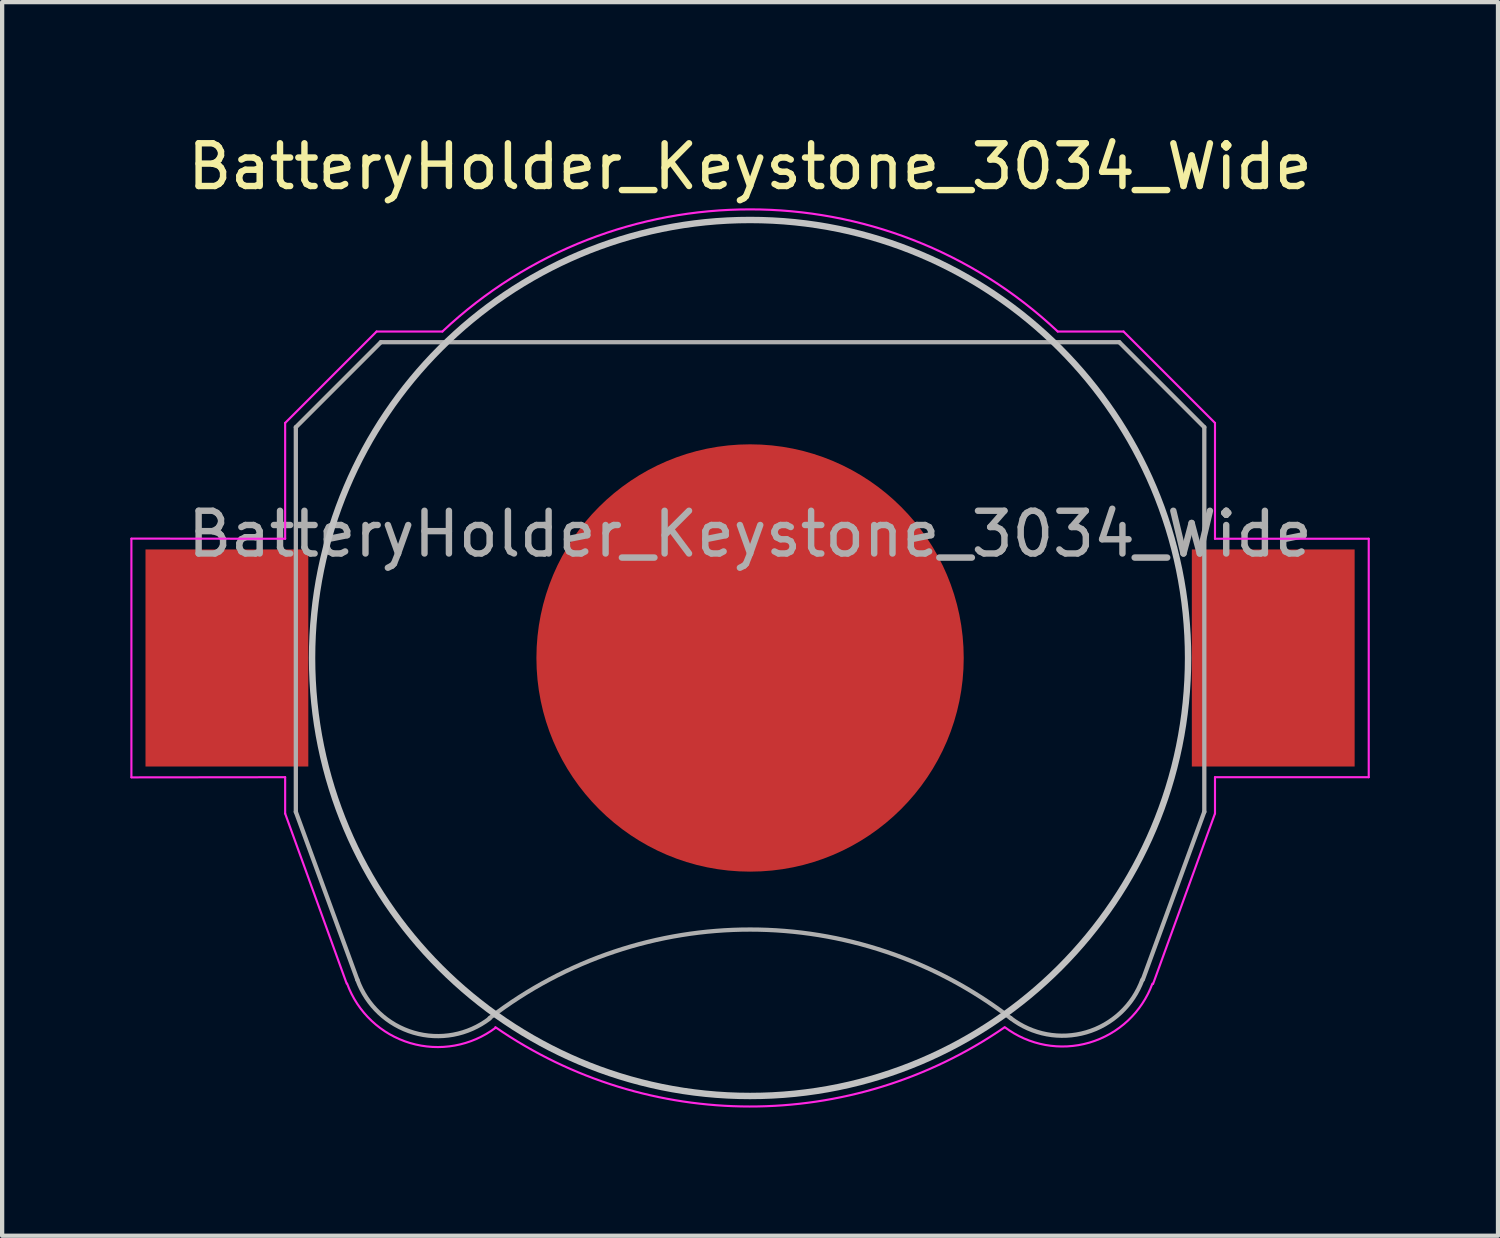
<source format=kicad_pcb>
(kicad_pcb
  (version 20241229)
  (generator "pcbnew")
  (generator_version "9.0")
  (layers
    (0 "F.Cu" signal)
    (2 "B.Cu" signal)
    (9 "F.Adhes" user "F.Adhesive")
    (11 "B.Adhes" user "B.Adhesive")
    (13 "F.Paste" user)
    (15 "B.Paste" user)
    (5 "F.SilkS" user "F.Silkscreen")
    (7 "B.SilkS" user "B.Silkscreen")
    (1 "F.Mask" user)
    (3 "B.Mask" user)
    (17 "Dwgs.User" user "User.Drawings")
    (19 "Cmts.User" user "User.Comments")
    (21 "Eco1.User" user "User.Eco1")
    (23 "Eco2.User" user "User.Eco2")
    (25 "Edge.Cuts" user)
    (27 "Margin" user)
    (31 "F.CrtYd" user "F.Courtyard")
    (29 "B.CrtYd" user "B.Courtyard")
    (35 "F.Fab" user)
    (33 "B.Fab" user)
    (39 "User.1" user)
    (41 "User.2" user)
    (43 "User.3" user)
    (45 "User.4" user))
  (footprint "BatteryHolder_Keystone_3034_Wide"
    (layer "F.Cu")
    (at 14.503 12.348)
    (property "Reference" "BatteryHolder_Keystone_3034_Wide" (at 0 -11.5 0) (layer "F.SilkS") (effects (font (size 1 1) (thickness 0.15))))
    (attr smd)
    (fp_circle (center 0 0) (end 0 10.25) (stroke (width 0.15) (type solid)) (fill no) (layer "Dwgs.User"))
    (fp_line (start -14.478 -2.79) (end -14.478 2.79) (stroke (width 0.05) (type solid)) (layer "F.CrtYd"))
    (fp_line (start -14.478 2.794) (end -10.88 2.79) (stroke (width 0.05) (type solid)) (layer "F.CrtYd"))
    (fp_line (start -10.88 -5.5) (end -10.88 -2.79) (stroke (width 0.05) (type solid)) (layer "F.CrtYd"))
    (fp_line (start -10.88 -2.79) (end -14.478 -2.794) (stroke (width 0.05) (type solid)) (layer "F.CrtYd"))
    (fp_line (start -10.88 2.79) (end -10.88 3.64) (stroke (width 0.05) (type solid)) (layer "F.CrtYd"))
    (fp_line (start -10.88 3.64) (end -9.44 7.62) (stroke (width 0.05) (type solid)) (layer "F.CrtYd"))
    (fp_line (start -8.74 -7.64) (end -10.88 -5.5) (stroke (width 0.05) (type solid)) (layer "F.CrtYd"))
    (fp_line (start -7.2 -7.64) (end -8.74 -7.64) (stroke (width 0.05) (type solid)) (layer "F.CrtYd"))
    (fp_line (start 8.74 -7.64) (end 7.2 -7.64) (stroke (width 0.05) (type solid)) (layer "F.CrtYd"))
    (fp_line (start 9.43 7.63) (end 10.88 3.64) (stroke (width 0.05) (type solid)) (layer "F.CrtYd"))
    (fp_line (start 10.88 -5.5) (end 8.74 -7.64) (stroke (width 0.05) (type solid)) (layer "F.CrtYd"))
    (fp_line (start 10.88 -2.79) (end 10.88 -5.5) (stroke (width 0.05) (type solid)) (layer "F.CrtYd"))
    (fp_line (start 10.88 2.79) (end 14.478 2.79) (stroke (width 0.05) (type solid)) (layer "F.CrtYd"))
    (fp_line (start 10.88 3.64) (end 10.88 2.79) (stroke (width 0.05) (type solid)) (layer "F.CrtYd"))
    (fp_line (start 14.478 -2.79) (end 10.88 -2.79) (stroke (width 0.05) (type solid)) (layer "F.CrtYd"))
    (fp_line (start 14.478 2.79) (end 14.478 -2.79) (stroke (width 0.05) (type solid)) (layer "F.CrtYd"))
    (fp_arc (start -7.199546 -7.640427) (mid 0.000312 -10.498075) (end 7.2 -7.64) (stroke (width 0.05) (type solid)) (layer "F.CrtYd"))
    (fp_arc (start -5.956965 8.654604) (mid -7.953941 9.011629) (end -9.43 7.62) (stroke (width 0.05) (type solid)) (layer "F.CrtYd"))
    (fp_arc (start 5.945368 8.650075) (mid -0.008883 10.496243) (end -5.96 8.64) (stroke (width 0.05) (type solid)) (layer "F.CrtYd"))
    (fp_arc (start 9.415144 7.621341) (mid 7.944017 9.000493) (end 5.96 8.64) (stroke (width 0.05) (type solid)) (layer "F.CrtYd"))
    (fp_line (start -10.63 -5.4) (end -8.64 -7.39) (stroke (width 0.1) (type solid)) (layer "F.Fab"))
    (fp_line (start -10.63 3.6) (end -10.63 -5.4) (stroke (width 0.1) (type solid)) (layer "F.Fab"))
    (fp_line (start -9.19 7.53) (end -10.63 3.6) (stroke (width 0.1) (type solid)) (layer "F.Fab"))
    (fp_line (start -8.64 -7.39) (end 8.64 -7.39) (stroke (width 0.1) (type solid)) (layer "F.Fab"))
    (fp_line (start 8.64 -7.39) (end 10.63 -5.4) (stroke (width 0.1) (type solid)) (layer "F.Fab"))
    (fp_line (start 10.63 -5.4) (end 10.63 3.6) (stroke (width 0.1) (type solid)) (layer "F.Fab"))
    (fp_line (start 10.63 3.6) (end 9.19 7.53) (stroke (width 0.1) (type solid)) (layer "F.Fab"))
    (fp_arc (start -6.096146 8.438508) (mid -7.87328 8.768206) (end -9.19 7.53) (stroke (width 0.1) (type solid)) (layer "F.Fab"))
    (fp_arc (start -6.094852 8.426043) (mid 0.003247 6.355257) (end 6.1 8.43) (stroke (width 0.1) (type solid)) (layer "F.Fab"))
    (fp_arc (start 9.180727 7.528882) (mid 7.868698 8.760067) (end 6.1 8.43) (stroke (width 0.1) (type solid)) (layer "F.Fab"))
    (fp_text user "${REFERENCE}" (at 0 -2.9 0) (layer "F.Fab") (effects (font (size 1 1) (thickness 0.15))))
    (pad "1" smd rect (at -12.243 0) (size 3.81 5.08) (layers "F.Cu" "F.Mask" "F.Paste"))
    (pad "1" smd rect (at 12.243 0) (size 3.81 5.08) (layers "F.Cu" "F.Mask" "F.Paste"))
    (pad "2" smd circle (at 0 0) (size 10 10) (layers "F.Cu" "F.Mask" "F.Paste")))
  (gr_rect
    (start -3 -3)
    (end 32.006 25.869)
    (stroke (width 0.1) (type default))
    (fill no)
    (layer "Edge.Cuts")))
</source>
